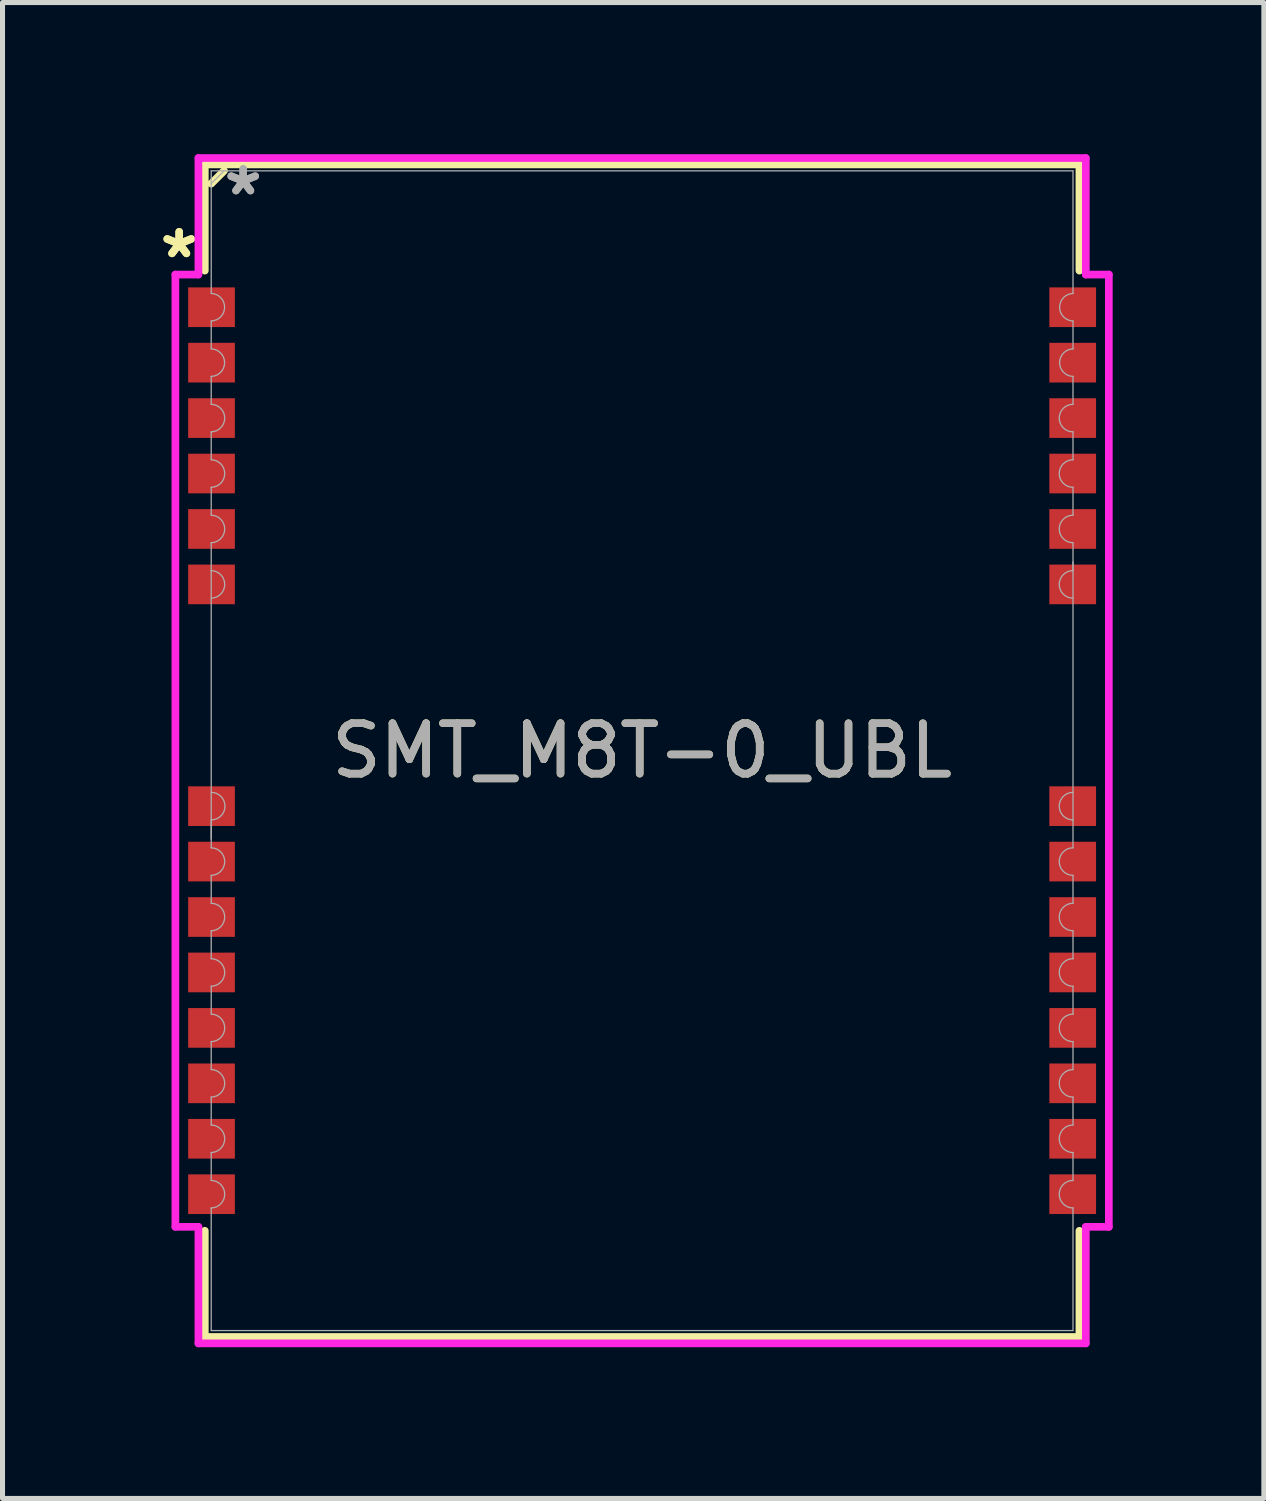
<source format=kicad_pcb>
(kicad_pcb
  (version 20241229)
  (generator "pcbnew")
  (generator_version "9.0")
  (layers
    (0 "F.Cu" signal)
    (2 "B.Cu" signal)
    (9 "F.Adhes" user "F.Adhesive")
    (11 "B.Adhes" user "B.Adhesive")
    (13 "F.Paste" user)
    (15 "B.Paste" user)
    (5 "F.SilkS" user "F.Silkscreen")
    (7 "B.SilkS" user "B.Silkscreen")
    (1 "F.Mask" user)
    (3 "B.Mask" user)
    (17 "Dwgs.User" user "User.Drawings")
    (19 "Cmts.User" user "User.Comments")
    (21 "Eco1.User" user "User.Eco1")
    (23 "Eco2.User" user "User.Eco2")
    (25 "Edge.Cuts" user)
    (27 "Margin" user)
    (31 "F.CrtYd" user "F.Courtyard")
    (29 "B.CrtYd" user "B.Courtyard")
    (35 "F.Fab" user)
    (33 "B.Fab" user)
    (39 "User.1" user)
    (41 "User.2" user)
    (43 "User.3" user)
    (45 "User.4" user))
  (footprint "SMT_M8T-0_UBL"
    (layer "F.Cu")
    (at 9.691 11.846)
    (property "Reference" "SMT_M8T-0_UBL" (at 0 0 0) (unlocked yes) (layer "F.SilkS") (effects (font (size 1 1) (thickness 0.15))))
    (attr smd)
    (fp_line (start -8.677 -11.633) (end 8.677 -11.633) (stroke (width 0.152) (type solid)) (layer "F.SilkS"))
    (fp_line (start -8.677 -9.526) (end -8.677 -11.633) (stroke (width 0.152) (type solid)) (layer "F.SilkS"))
    (fp_line (start -8.677 9.526) (end -8.677 11.633) (stroke (width 0.152) (type solid)) (layer "F.SilkS"))
    (fp_line (start -8.677 11.633) (end 8.677 11.633) (stroke (width 0.152) (type solid)) (layer "F.SilkS"))
    (fp_line (start -8.296 -11.506) (end -8.55 -11.252) (stroke (width 0.152) (type solid)) (layer "F.SilkS"))
    (fp_line (start 8.677 -9.526) (end 8.677 -11.633) (stroke (width 0.152) (type solid)) (layer "F.SilkS"))
    (fp_line (start 8.677 9.526) (end 8.677 11.633) (stroke (width 0.152) (type solid)) (layer "F.SilkS"))
    (fp_line (start -9.261 -9.448) (end -8.804 -9.448) (stroke (width 0.152) (type solid)) (layer "F.CrtYd"))
    (fp_line (start -9.261 9.448) (end -9.261 -9.448) (stroke (width 0.152) (type solid)) (layer "F.CrtYd"))
    (fp_line (start -9.261 9.448) (end -8.804 9.448) (stroke (width 0.152) (type solid)) (layer "F.CrtYd"))
    (fp_line (start -8.804 -11.76) (end 8.804 -11.76) (stroke (width 0.152) (type solid)) (layer "F.CrtYd"))
    (fp_line (start -8.804 -9.448) (end -8.804 -11.76) (stroke (width 0.152) (type solid)) (layer "F.CrtYd"))
    (fp_line (start -8.804 11.76) (end -8.804 9.448) (stroke (width 0.152) (type solid)) (layer "F.CrtYd"))
    (fp_line (start 8.804 -11.76) (end 8.804 -9.448) (stroke (width 0.152) (type solid)) (layer "F.CrtYd"))
    (fp_line (start 8.804 9.448) (end 8.804 11.76) (stroke (width 0.152) (type solid)) (layer "F.CrtYd"))
    (fp_line (start 8.804 11.76) (end -8.804 11.76) (stroke (width 0.152) (type solid)) (layer "F.CrtYd"))
    (fp_line (start 9.261 -9.448) (end 8.804 -9.448) (stroke (width 0.152) (type solid)) (layer "F.CrtYd"))
    (fp_line (start 9.261 -9.448) (end 9.261 9.448) (stroke (width 0.152) (type solid)) (layer "F.CrtYd"))
    (fp_line (start 9.261 9.448) (end 8.804 9.448) (stroke (width 0.152) (type solid)) (layer "F.CrtYd"))
    (fp_line (start -8.55 -11.506) (end 8.55 -11.506) (stroke (width 0.025) (type solid)) (layer "F.Fab"))
    (fp_line (start -8.55 -9.073) (end -8.55 -11.506) (stroke (width 0.025) (type solid)) (layer "F.Fab"))
    (fp_line (start -8.55 9.073) (end -8.55 11.506) (stroke (width 0.025) (type solid)) (layer "F.Fab"))
    (fp_line (start -8.55 11.506) (end 8.55 11.506) (stroke (width 0.025) (type solid)) (layer "F.Fab"))
    (fp_line (start -8.55 -8.527) (end -8.55 -7.973) (stroke (width 0.025) (type solid)) (layer "F.Fab"))
    (fp_line (start -8.55 -7.427) (end -8.55 -6.873) (stroke (width 0.025) (type solid)) (layer "F.Fab"))
    (fp_line (start -8.55 -6.327) (end -8.55 -5.773) (stroke (width 0.025) (type solid)) (layer "F.Fab"))
    (fp_line (start -8.55 -5.227) (end -8.55 -4.673) (stroke (width 0.025) (type solid)) (layer "F.Fab"))
    (fp_line (start -8.55 -4.127) (end -8.55 -3.573) (stroke (width 0.025) (type solid)) (layer "F.Fab"))
    (fp_line (start -8.55 -3.573) (end -8.55 1.756) (stroke (width 0.025) (type solid)) (layer "F.Fab"))
    (fp_line (start -8.55 1.373) (end -8.55 1.927) (stroke (width 0.025) (type solid)) (layer "F.Fab"))
    (fp_line (start -8.55 2.473) (end -8.55 3.027) (stroke (width 0.025) (type solid)) (layer "F.Fab"))
    (fp_line (start -8.55 3.573) (end -8.55 4.127) (stroke (width 0.025) (type solid)) (layer "F.Fab"))
    (fp_line (start -8.55 4.673) (end -8.55 5.227) (stroke (width 0.025) (type solid)) (layer "F.Fab"))
    (fp_line (start -8.55 5.773) (end -8.55 6.327) (stroke (width 0.025) (type solid)) (layer "F.Fab"))
    (fp_line (start -8.55 6.873) (end -8.55 7.427) (stroke (width 0.025) (type solid)) (layer "F.Fab"))
    (fp_line (start -8.55 7.973) (end -8.55 8.527) (stroke (width 0.025) (type solid)) (layer "F.Fab"))
    (fp_line (start -8.296 -11.506) (end -8.55 -11.252) (stroke (width 0.025) (type solid)) (layer "F.Fab"))
    (fp_line (start 8.55 -8.527) (end 8.55 -7.973) (stroke (width 0.025) (type solid)) (layer "F.Fab"))
    (fp_line (start 8.55 -7.427) (end 8.55 -6.873) (stroke (width 0.025) (type solid)) (layer "F.Fab"))
    (fp_line (start 8.55 -6.327) (end 8.55 -5.773) (stroke (width 0.025) (type solid)) (layer "F.Fab"))
    (fp_line (start 8.55 -5.227) (end 8.55 -4.673) (stroke (width 0.025) (type solid)) (layer "F.Fab"))
    (fp_line (start 8.55 -4.127) (end 8.55 -3.573) (stroke (width 0.025) (type solid)) (layer "F.Fab"))
    (fp_line (start 8.55 -3.744) (end 8.55 1.373) (stroke (width 0.025) (type solid)) (layer "F.Fab"))
    (fp_line (start 8.55 1.373) (end 8.55 1.927) (stroke (width 0.025) (type solid)) (layer "F.Fab"))
    (fp_line (start 8.55 2.473) (end 8.55 3.027) (stroke (width 0.025) (type solid)) (layer "F.Fab"))
    (fp_line (start 8.55 3.573) (end 8.55 4.127) (stroke (width 0.025) (type solid)) (layer "F.Fab"))
    (fp_line (start 8.55 4.673) (end 8.55 5.227) (stroke (width 0.025) (type solid)) (layer "F.Fab"))
    (fp_line (start 8.55 5.773) (end 8.55 6.327) (stroke (width 0.025) (type solid)) (layer "F.Fab"))
    (fp_line (start 8.55 6.873) (end 8.55 7.427) (stroke (width 0.025) (type solid)) (layer "F.Fab"))
    (fp_line (start 8.55 7.973) (end 8.55 8.527) (stroke (width 0.025) (type solid)) (layer "F.Fab"))
    (fp_line (start 8.55 -9.073) (end 8.55 -11.506) (stroke (width 0.025) (type solid)) (layer "F.Fab"))
    (fp_line (start 8.55 9.073) (end 8.55 11.506) (stroke (width 0.025) (type solid)) (layer "F.Fab"))
    (fp_arc (start -8.549998 -9.07305) (mid -8.276948 -8.8) (end -8.549998 -8.52695) (stroke (width 0.0254) (type solid)) (layer "F.Fab"))
    (fp_arc (start -8.549998 -7.97305) (mid -8.276948 -7.7) (end -8.549998 -7.42695) (stroke (width 0.0254) (type solid)) (layer "F.Fab"))
    (fp_arc (start -8.549998 -6.873049) (mid -8.276948 -6.599999) (end -8.549998 -6.326949) (stroke (width 0.0254) (type solid)) (layer "F.Fab"))
    (fp_arc (start -8.549998 -5.773049) (mid -8.276948 -5.499999) (end -8.549998 -5.226949) (stroke (width 0.0254) (type solid)) (layer "F.Fab"))
    (fp_arc (start -8.549998 -4.673049) (mid -8.276948 -4.399999) (end -8.549998 -4.126949) (stroke (width 0.0254) (type solid)) (layer "F.Fab"))
    (fp_arc (start -8.549998 -3.573048) (mid -8.276948 -3.299998) (end -8.549998 -3.026948) (stroke (width 0.0254) (type solid)) (layer "F.Fab"))
    (fp_arc (start -8.549998 0.82695) (mid -8.276948 1.1) (end -8.549998 1.37305) (stroke (width 0.0254) (type solid)) (layer "F.Fab"))
    (fp_arc (start -8.549998 1.926951) (mid -8.276948 2.200001) (end -8.549998 2.473051) (stroke (width 0.0254) (type solid)) (layer "F.Fab"))
    (fp_arc (start -8.549998 3.026951) (mid -8.276948 3.300001) (end -8.549998 3.573051) (stroke (width 0.0254) (type solid)) (layer "F.Fab"))
    (fp_arc (start -8.549998 4.126951) (mid -8.276948 4.400001) (end -8.549998 4.673051) (stroke (width 0.0254) (type solid)) (layer "F.Fab"))
    (fp_arc (start -8.549998 5.226952) (mid -8.276948 5.500002) (end -8.549998 5.773052) (stroke (width 0.0254) (type solid)) (layer "F.Fab"))
    (fp_arc (start -8.549998 6.326952) (mid -8.276948 6.600002) (end -8.549998 6.873052) (stroke (width 0.0254) (type solid)) (layer "F.Fab"))
    (fp_arc (start -8.549998 7.426952) (mid -8.276948 7.700002) (end -8.549998 7.973052) (stroke (width 0.0254) (type solid)) (layer "F.Fab"))
    (fp_arc (start -8.549998 8.526953) (mid -8.276948 8.800003) (end -8.549998 9.073053) (stroke (width 0.0254) (type solid)) (layer "F.Fab"))
    (fp_arc (start 8.549998 -8.52695) (mid 8.276948 -8.8) (end 8.549998 -9.07305) (stroke (width 0.0254) (type solid)) (layer "F.Fab"))
    (fp_arc (start 8.549998 -7.42695) (mid 8.276948 -7.7) (end 8.549998 -7.97305) (stroke (width 0.0254) (type solid)) (layer "F.Fab"))
    (fp_arc (start 8.549998 -6.326949) (mid 8.276948 -6.599999) (end 8.549998 -6.873049) (stroke (width 0.0254) (type solid)) (layer "F.Fab"))
    (fp_arc (start 8.549998 -5.226949) (mid 8.276948 -5.499999) (end 8.549998 -5.773049) (stroke (width 0.0254) (type solid)) (layer "F.Fab"))
    (fp_arc (start 8.549998 -4.126949) (mid 8.276948 -4.399999) (end 8.549998 -4.673049) (stroke (width 0.0254) (type solid)) (layer "F.Fab"))
    (fp_arc (start 8.549998 -3.026948) (mid 8.276948 -3.299998) (end 8.549998 -3.573048) (stroke (width 0.0254) (type solid)) (layer "F.Fab"))
    (fp_arc (start 8.549998 1.37305) (mid 8.276948 1.1) (end 8.549998 0.82695) (stroke (width 0.0254) (type solid)) (layer "F.Fab"))
    (fp_arc (start 8.549998 2.473051) (mid 8.276948 2.200001) (end 8.549998 1.926951) (stroke (width 0.0254) (type solid)) (layer "F.Fab"))
    (fp_arc (start 8.549998 3.573051) (mid 8.276948 3.300001) (end 8.549998 3.026951) (stroke (width 0.0254) (type solid)) (layer "F.Fab"))
    (fp_arc (start 8.549998 4.673051) (mid 8.276948 4.400001) (end 8.549998 4.126951) (stroke (width 0.0254) (type solid)) (layer "F.Fab"))
    (fp_arc (start 8.549998 5.773052) (mid 8.276948 5.500002) (end 8.549998 5.226952) (stroke (width 0.0254) (type solid)) (layer "F.Fab"))
    (fp_arc (start 8.549998 6.873052) (mid 8.276948 6.600002) (end 8.549998 6.326952) (stroke (width 0.0254) (type solid)) (layer "F.Fab"))
    (fp_arc (start 8.549998 7.973052) (mid 8.276948 7.700002) (end 8.549998 7.426952) (stroke (width 0.0254) (type solid)) (layer "F.Fab"))
    (fp_arc (start 8.549998 9.073053) (mid 8.276948 8.800003) (end 8.549998 8.526953) (stroke (width 0.0254) (type solid)) (layer "F.Fab"))
    (fp_text user "*" (at -9.185 -9.752 0) (layer "F.SilkS") (effects (font (size 1 1) (thickness 0.15))))
    (fp_text user "*" (at -9.185 -9.752 0) (unlocked yes) (layer "F.SilkS") (effects (font (size 1 1) (thickness 0.15))))
    (fp_text user "${REFERENCE}" (at 0 0 0) (unlocked yes) (layer "F.Fab") (effects (font (size 1 1) (thickness 0.15))))
    (fp_text user "*" (at -7.915 -10.998 0) (unlocked yes) (layer "F.Fab") (effects (font (size 1 1) (thickness 0.15))))
    (fp_text user "*" (at -7.915 -10.998 0) (layer "F.Fab") (effects (font (size 1 1) (thickness 0.15))))
    (pad "1" smd rect (at -8.544 -8.8) (size 0.927 0.787) (layers "F.Cu" "F.Mask" "F.Paste"))
    (pad "2" smd rect (at -8.544 -7.7) (size 0.927 0.787) (layers "F.Cu" "F.Mask" "F.Paste"))
    (pad "3" smd rect (at -8.544 -6.6) (size 0.927 0.787) (layers "F.Cu" "F.Mask" "F.Paste"))
    (pad "4" smd rect (at -8.544 -5.5) (size 0.927 0.787) (layers "F.Cu" "F.Mask" "F.Paste"))
    (pad "5" smd rect (at -8.544 -4.4) (size 0.927 0.787) (layers "F.Cu" "F.Mask" "F.Paste"))
    (pad "6" smd rect (at -8.544 -3.3) (size 0.927 0.787) (layers "F.Cu" "F.Mask" "F.Paste"))
    (pad "7" smd rect (at -8.544 1.1) (size 0.927 0.787) (layers "F.Cu" "F.Mask" "F.Paste"))
    (pad "8" smd rect (at -8.544 2.2) (size 0.927 0.787) (layers "F.Cu" "F.Mask" "F.Paste"))
    (pad "9" smd rect (at -8.544 3.3) (size 0.927 0.787) (layers "F.Cu" "F.Mask" "F.Paste"))
    (pad "10" smd rect (at -8.544 4.4) (size 0.927 0.787) (layers "F.Cu" "F.Mask" "F.Paste"))
    (pad "11" smd rect (at -8.544 5.5) (size 0.927 0.787) (layers "F.Cu" "F.Mask" "F.Paste"))
    (pad "12" smd rect (at -8.544 6.6) (size 0.927 0.787) (layers "F.Cu" "F.Mask" "F.Paste"))
    (pad "13" smd rect (at -8.544 7.7) (size 0.927 0.787) (layers "F.Cu" "F.Mask" "F.Paste"))
    (pad "14" smd rect (at -8.544 8.8) (size 0.927 0.787) (layers "F.Cu" "F.Mask" "F.Paste"))
    (pad "15" smd rect (at 8.544 8.8) (size 0.927 0.787) (layers "F.Cu" "F.Mask" "F.Paste"))
    (pad "16" smd rect (at 8.544 7.7) (size 0.927 0.787) (layers "F.Cu" "F.Mask" "F.Paste"))
    (pad "17" smd rect (at 8.544 6.6) (size 0.927 0.787) (layers "F.Cu" "F.Mask" "F.Paste"))
    (pad "18" smd rect (at 8.544 5.5) (size 0.927 0.787) (layers "F.Cu" "F.Mask" "F.Paste"))
    (pad "19" smd rect (at 8.544 4.4) (size 0.927 0.787) (layers "F.Cu" "F.Mask" "F.Paste"))
    (pad "20" smd rect (at 8.544 3.3) (size 0.927 0.787) (layers "F.Cu" "F.Mask" "F.Paste"))
    (pad "21" smd rect (at 8.544 2.2) (size 0.927 0.787) (layers "F.Cu" "F.Mask" "F.Paste"))
    (pad "22" smd rect (at 8.544 1.1) (size 0.927 0.787) (layers "F.Cu" "F.Mask" "F.Paste"))
    (pad "23" smd rect (at 8.544 -3.3) (size 0.927 0.787) (layers "F.Cu" "F.Mask" "F.Paste"))
    (pad "24" smd rect (at 8.544 -4.4) (size 0.927 0.787) (layers "F.Cu" "F.Mask" "F.Paste"))
    (pad "25" smd rect (at 8.544 -5.5) (size 0.927 0.787) (layers "F.Cu" "F.Mask" "F.Paste"))
    (pad "26" smd rect (at 8.544 -6.6) (size 0.927 0.787) (layers "F.Cu" "F.Mask" "F.Paste"))
    (pad "27" smd rect (at 8.544 -7.7) (size 0.927 0.787) (layers "F.Cu" "F.Mask" "F.Paste"))
    (pad "28" smd rect (at 8.544 -8.8) (size 0.927 0.787) (layers "F.Cu" "F.Mask" "F.Paste")))
  (gr_rect
    (start -3 -3)
    (end 22.028 26.683)
    (stroke (width 0.1) (type default))
    (fill no)
    (layer "Edge.Cuts")))
</source>
